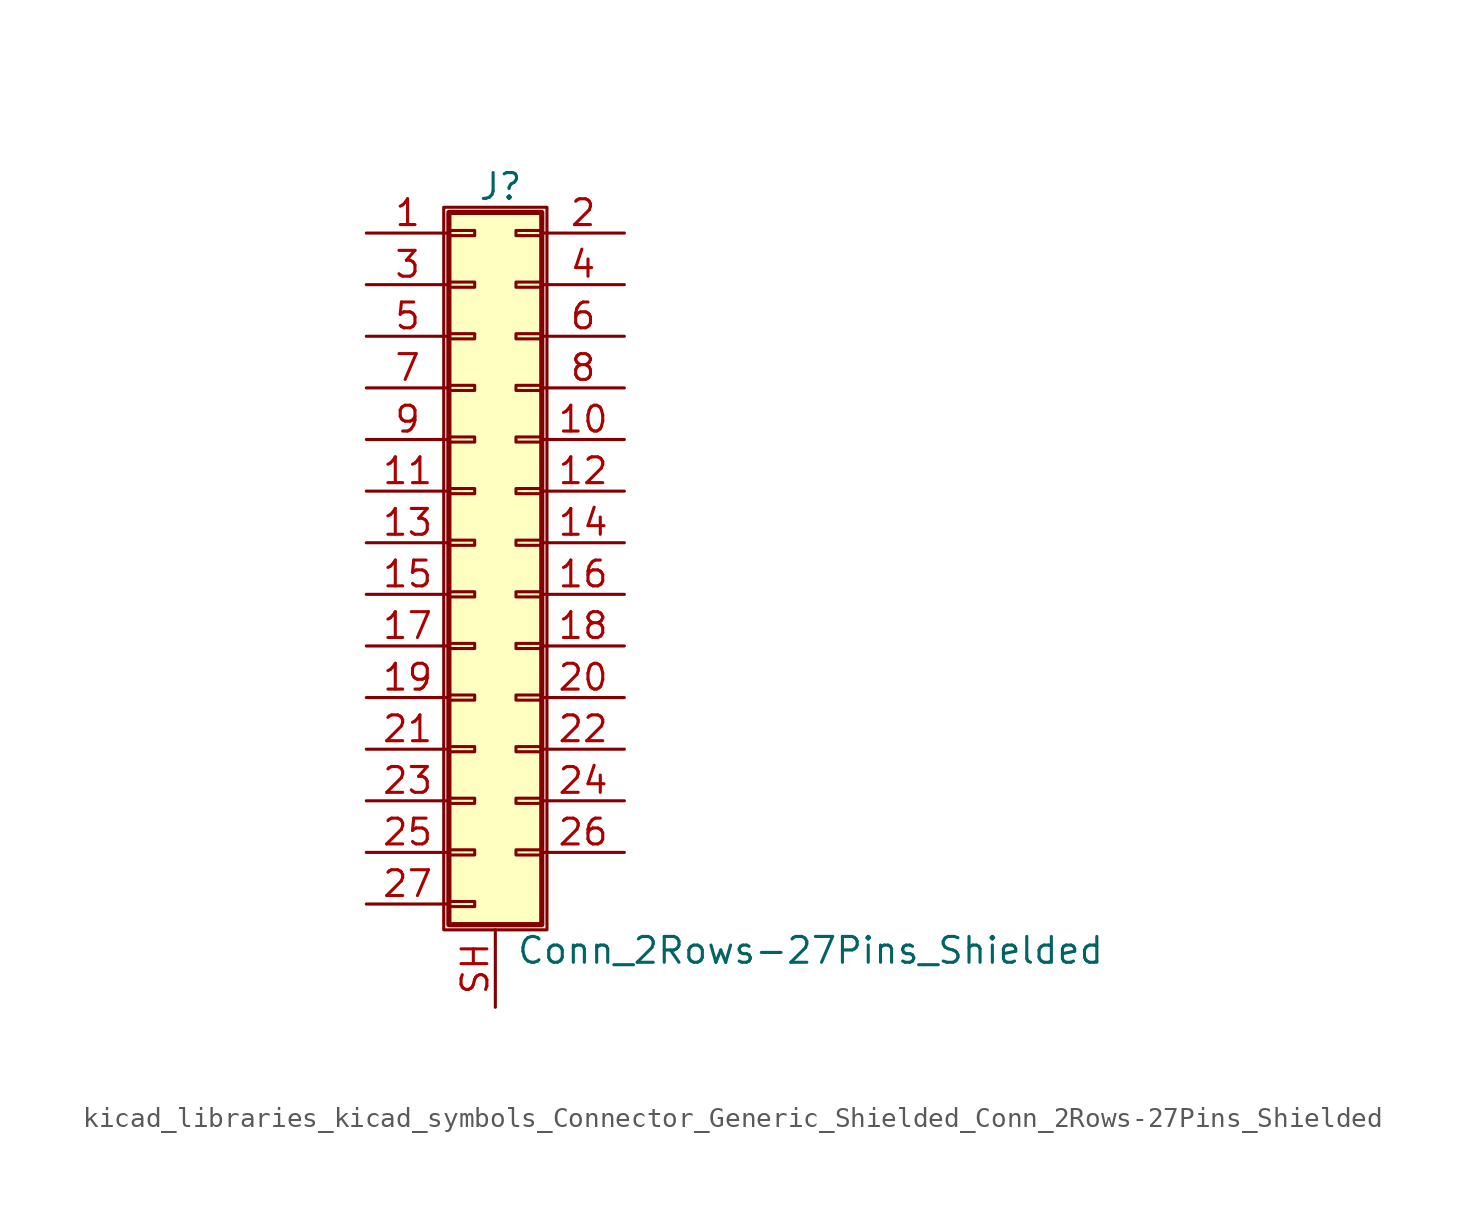
<source format=kicad_sym>
(kicad_symbol_lib
  (version 20220914)
  (generator kicad_symbol_editor)
  (symbol "kicad_libraries_kicad_symbols_Connector_Generic_Shielded_Conn_2Rows-27Pins_Shielded"
    (pin_names
      (offset 1.016) hide)
    (property "Reference" "J"
      (at 1.524 17.526 0)
      (effects (font (size 1.27 1.27))))
    (property "Value" "Conn_2Rows-27Pins_Shielded"
      (at 2.286 -20.066 0)
      (effects (font (size 1.27 1.27)) (justify left)))
    (symbol "kicad_libraries_kicad_symbols_Connector_Generic_Shielded_Conn_2Rows-27Pins_Shielded_1_1"
      (rectangle (start -1.27 16.51) (end 3.81 -19.05) (stroke (width 0.152) (type default)) (fill (type none)))
      (rectangle (start -1.016 -17.653) (end 0.254 -17.907) (stroke (width 0.152) (type default)) (fill (type none)))
      (rectangle (start -1.016 -15.113) (end 0.254 -15.367) (stroke (width 0.152) (type default)) (fill (type none)))
      (rectangle (start -1.016 -12.573) (end 0.254 -12.827) (stroke (width 0.152) (type default)) (fill (type none)))
      (rectangle (start -1.016 -10.033) (end 0.254 -10.287) (stroke (width 0.152) (type default)) (fill (type none)))
      (rectangle (start -1.016 -7.493) (end 0.254 -7.747) (stroke (width 0.152) (type default)) (fill (type none)))
      (rectangle (start -1.016 -4.953) (end 0.254 -5.207) (stroke (width 0.152) (type default)) (fill (type none)))
      (rectangle (start -1.016 -2.413) (end 0.254 -2.667) (stroke (width 0.152) (type default)) (fill (type none)))
      (rectangle (start -1.016 0.127) (end 0.254 -0.127) (stroke (width 0.152) (type default)) (fill (type none)))
      (rectangle (start -1.016 2.667) (end 0.254 2.413) (stroke (width 0.152) (type default)) (fill (type none)))
      (rectangle (start -1.016 5.207) (end 0.254 4.953) (stroke (width 0.152) (type default)) (fill (type none)))
      (rectangle (start -1.016 7.747) (end 0.254 7.493) (stroke (width 0.152) (type default)) (fill (type none)))
      (rectangle (start -1.016 10.287) (end 0.254 10.033) (stroke (width 0.152) (type default)) (fill (type none)))
      (rectangle (start -1.016 12.827) (end 0.254 12.573) (stroke (width 0.152) (type default)) (fill (type none)))
      (rectangle (start -1.016 15.367) (end 0.254 15.113) (stroke (width 0.152) (type default)) (fill (type none)))
      (rectangle (start -1.016 16.256) (end 3.556 -18.796) (stroke (width 0.254) (type default)) (fill (type background)))
      (rectangle (start 3.556 -15.113) (end 2.286 -15.367) (stroke (width 0.152) (type default)) (fill (type none)))
      (rectangle (start 3.556 -12.573) (end 2.286 -12.827) (stroke (width 0.152) (type default)) (fill (type none)))
      (rectangle (start 3.556 -10.033) (end 2.286 -10.287) (stroke (width 0.152) (type default)) (fill (type none)))
      (rectangle (start 3.556 -7.493) (end 2.286 -7.747) (stroke (width 0.152) (type default)) (fill (type none)))
      (rectangle (start 3.556 -4.953) (end 2.286 -5.207) (stroke (width 0.152) (type default)) (fill (type none)))
      (rectangle (start 3.556 -2.413) (end 2.286 -2.667) (stroke (width 0.152) (type default)) (fill (type none)))
      (rectangle (start 3.556 0.127) (end 2.286 -0.127) (stroke (width 0.152) (type default)) (fill (type none)))
      (rectangle (start 3.556 2.667) (end 2.286 2.413) (stroke (width 0.152) (type default)) (fill (type none)))
      (rectangle (start 3.556 5.207) (end 2.286 4.953) (stroke (width 0.152) (type default)) (fill (type none)))
      (rectangle (start 3.556 7.747) (end 2.286 7.493) (stroke (width 0.152) (type default)) (fill (type none)))
      (rectangle (start 3.556 10.287) (end 2.286 10.033) (stroke (width 0.152) (type default)) (fill (type none)))
      (rectangle (start 3.556 12.827) (end 2.286 12.573) (stroke (width 0.152) (type default)) (fill (type none)))
      (rectangle (start 3.556 15.367) (end 2.286 15.113) (stroke (width 0.152) (type default)) (fill (type none)))
      (pin passive line (at -5.08 15.24 0) (length 4.064) (name "Pin_1" (effects (font (size 1.27 1.27)))) (number "1" (effects (font (size 1.27 1.27)))))
      (pin passive line (at 7.62 5.08 180) (length 4.064) (name "Pin_10" (effects (font (size 1.27 1.27)))) (number "10" (effects (font (size 1.27 1.27)))))
      (pin passive line (at -5.08 2.54 0) (length 4.064) (name "Pin_11" (effects (font (size 1.27 1.27)))) (number "11" (effects (font (size 1.27 1.27)))))
      (pin passive line (at 7.62 2.54 180) (length 4.064) (name "Pin_12" (effects (font (size 1.27 1.27)))) (number "12" (effects (font (size 1.27 1.27)))))
      (pin passive line (at -5.08 0 0) (length 4.064) (name "Pin_13" (effects (font (size 1.27 1.27)))) (number "13" (effects (font (size 1.27 1.27)))))
      (pin passive line (at 7.62 0 180) (length 4.064) (name "Pin_14" (effects (font (size 1.27 1.27)))) (number "14" (effects (font (size 1.27 1.27)))))
      (pin passive line (at -5.08 -2.54 0) (length 4.064) (name "Pin_15" (effects (font (size 1.27 1.27)))) (number "15" (effects (font (size 1.27 1.27)))))
      (pin passive line (at 7.62 -2.54 180) (length 4.064) (name "Pin_16" (effects (font (size 1.27 1.27)))) (number "16" (effects (font (size 1.27 1.27)))))
      (pin passive line (at -5.08 -5.08 0) (length 4.064) (name "Pin_17" (effects (font (size 1.27 1.27)))) (number "17" (effects (font (size 1.27 1.27)))))
      (pin passive line (at 7.62 -5.08 180) (length 4.064) (name "Pin_18" (effects (font (size 1.27 1.27)))) (number "18" (effects (font (size 1.27 1.27)))))
      (pin passive line (at -5.08 -7.62 0) (length 4.064) (name "Pin_19" (effects (font (size 1.27 1.27)))) (number "19" (effects (font (size 1.27 1.27)))))
      (pin passive line (at 7.62 15.24 180) (length 4.064) (name "Pin_2" (effects (font (size 1.27 1.27)))) (number "2" (effects (font (size 1.27 1.27)))))
      (pin passive line (at 7.62 -7.62 180) (length 4.064) (name "Pin_20" (effects (font (size 1.27 1.27)))) (number "20" (effects (font (size 1.27 1.27)))))
      (pin passive line (at -5.08 -10.16 0) (length 4.064) (name "Pin_21" (effects (font (size 1.27 1.27)))) (number "21" (effects (font (size 1.27 1.27)))))
      (pin passive line (at 7.62 -10.16 180) (length 4.064) (name "Pin_22" (effects (font (size 1.27 1.27)))) (number "22" (effects (font (size 1.27 1.27)))))
      (pin passive line (at -5.08 -12.7 0) (length 4.064) (name "Pin_23" (effects (font (size 1.27 1.27)))) (number "23" (effects (font (size 1.27 1.27)))))
      (pin passive line (at 7.62 -12.7 180) (length 4.064) (name "Pin_24" (effects (font (size 1.27 1.27)))) (number "24" (effects (font (size 1.27 1.27)))))
      (pin passive line (at -5.08 -15.24 0) (length 4.064) (name "Pin_25" (effects (font (size 1.27 1.27)))) (number "25" (effects (font (size 1.27 1.27)))))
      (pin passive line (at 7.62 -15.24 180) (length 4.064) (name "Pin_26" (effects (font (size 1.27 1.27)))) (number "26" (effects (font (size 1.27 1.27)))))
      (pin passive line (at -5.08 -17.78 0) (length 4.064) (name "Pin_27" (effects (font (size 1.27 1.27)))) (number "27" (effects (font (size 1.27 1.27)))))
      (pin passive line (at -5.08 12.7 0) (length 4.064) (name "Pin_3" (effects (font (size 1.27 1.27)))) (number "3" (effects (font (size 1.27 1.27)))))
      (pin passive line (at 7.62 12.7 180) (length 4.064) (name "Pin_4" (effects (font (size 1.27 1.27)))) (number "4" (effects (font (size 1.27 1.27)))))
      (pin passive line (at -5.08 10.16 0) (length 4.064) (name "Pin_5" (effects (font (size 1.27 1.27)))) (number "5" (effects (font (size 1.27 1.27)))))
      (pin passive line (at 7.62 10.16 180) (length 4.064) (name "Pin_6" (effects (font (size 1.27 1.27)))) (number "6" (effects (font (size 1.27 1.27)))))
      (pin passive line (at -5.08 7.62 0) (length 4.064) (name "Pin_7" (effects (font (size 1.27 1.27)))) (number "7" (effects (font (size 1.27 1.27)))))
      (pin passive line (at 7.62 7.62 180) (length 4.064) (name "Pin_8" (effects (font (size 1.27 1.27)))) (number "8" (effects (font (size 1.27 1.27)))))
      (pin passive line (at -5.08 5.08 0) (length 4.064) (name "Pin_9" (effects (font (size 1.27 1.27)))) (number "9" (effects (font (size 1.27 1.27)))))
      (pin passive line (at 1.27 -22.86 90) (length 3.81) (name "Shield" (effects (font (size 1.27 1.27)))) (number "SH" (effects (font (size 1.27 1.27))))))))
</source>
